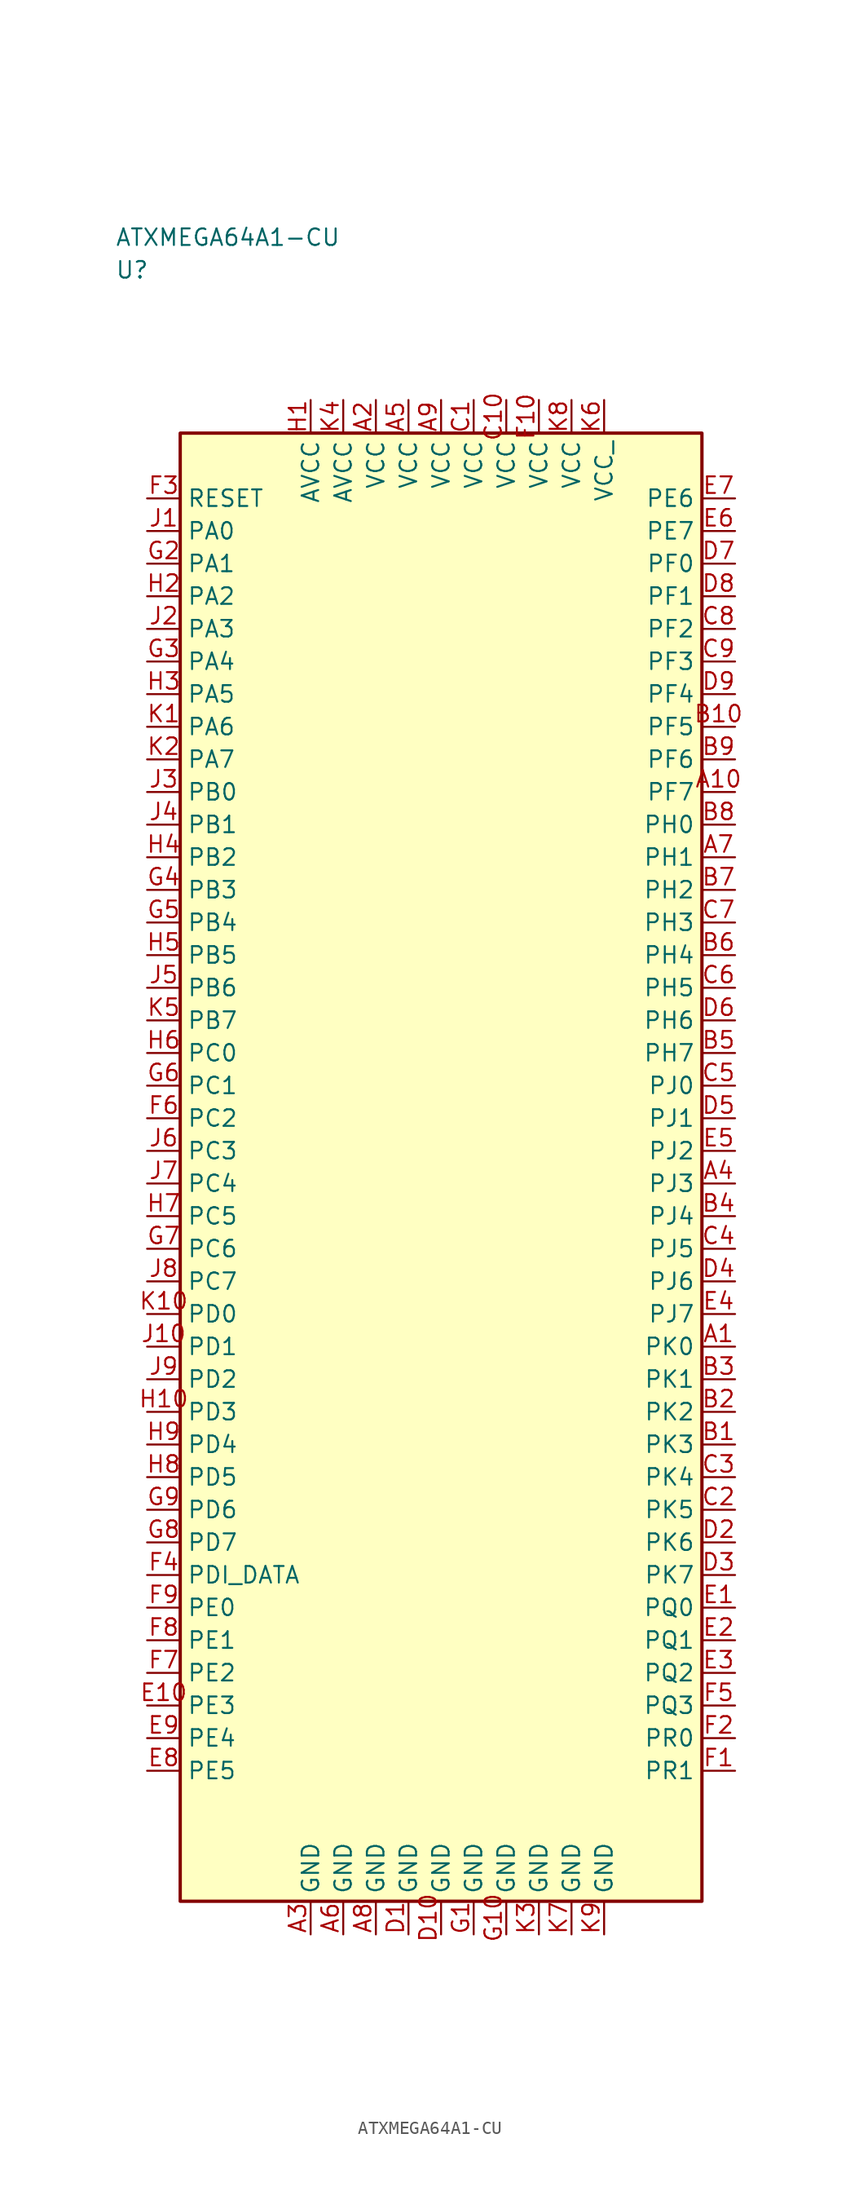
<source format=kicad_sym>
(kicad_symbol_lib
  (version 20241025)
  (generator "kicad_symbol_editor")
  (generator_version "8.0")
  (symbol "ATXMEGA64A1-CU"
    (property "Reference" "U"
      (at -25.0 68.75 0)
      (effects (font (size 1.27 1.27)) (justify left)))
    (property "Value" "ATXMEGA64A1-CU"
      (at -25.0 71.25 0)
      (effects (font (size 1.27 1.27)) (justify left)))
    (symbol "ATXMEGA64A1-CU_0_1"
      (rectangle (start -20.0 56.25) (end 20.0 -56.25) (stroke (width 0.254) (type default)) (fill (type background))))
    (symbol "ATXMEGA64A1-CU_1_1"
      (pin bidirectional line (at 22.54 -13.75 180.0) (length 2.54) (name "PK0" (effects (font (size 1.27 1.27)))) (number "A1" (effects (font (size 1.27 1.27)))))
      (pin power_in line (at -5.0 58.79 270.0) (length 2.54) (name "VCC" (effects (font (size 1.27 1.27)))) (number "A2" (effects (font (size 1.27 1.27)))))
      (pin passive line (at -10.0 -58.79 90.0) (length 2.54) (name "GND" (effects (font (size 1.27 1.27)))) (number "A3" (effects (font (size 1.27 1.27)))))
      (pin bidirectional line (at 22.54 -1.25 180.0) (length 2.54) (name "PJ3" (effects (font (size 1.27 1.27)))) (number "A4" (effects (font (size 1.27 1.27)))))
      (pin power_in line (at -2.5 58.79 270.0) (length 2.54) (name "VCC" (effects (font (size 1.27 1.27)))) (number "A5" (effects (font (size 1.27 1.27)))))
      (pin passive line (at -7.5 -58.79 90.0) (length 2.54) (name "GND" (effects (font (size 1.27 1.27)))) (number "A6" (effects (font (size 1.27 1.27)))))
      (pin bidirectional line (at 22.54 23.75 180.0) (length 2.54) (name "PH1" (effects (font (size 1.27 1.27)))) (number "A7" (effects (font (size 1.27 1.27)))))
      (pin passive line (at -5.0 -58.79 90.0) (length 2.54) (name "GND" (effects (font (size 1.27 1.27)))) (number "A8" (effects (font (size 1.27 1.27)))))
      (pin power_in line (at 0.0 58.79 270.0) (length 2.54) (name "VCC" (effects (font (size 1.27 1.27)))) (number "A9" (effects (font (size 1.27 1.27)))))
      (pin bidirectional line (at 22.54 28.75 180.0) (length 2.54) (name "PF7" (effects (font (size 1.27 1.27)))) (number "A10" (effects (font (size 1.27 1.27)))))
      (pin bidirectional line (at 22.54 -21.25 180.0) (length 2.54) (name "PK3" (effects (font (size 1.27 1.27)))) (number "B1" (effects (font (size 1.27 1.27)))))
      (pin bidirectional line (at 22.54 -18.75 180.0) (length 2.54) (name "PK2" (effects (font (size 1.27 1.27)))) (number "B2" (effects (font (size 1.27 1.27)))))
      (pin bidirectional line (at 22.54 -16.25 180.0) (length 2.54) (name "PK1" (effects (font (size 1.27 1.27)))) (number "B3" (effects (font (size 1.27 1.27)))))
      (pin bidirectional line (at 22.54 -3.75 180.0) (length 2.54) (name "PJ4" (effects (font (size 1.27 1.27)))) (number "B4" (effects (font (size 1.27 1.27)))))
      (pin bidirectional line (at 22.54 8.75 180.0) (length 2.54) (name "PH7" (effects (font (size 1.27 1.27)))) (number "B5" (effects (font (size 1.27 1.27)))))
      (pin bidirectional line (at 22.54 16.25 180.0) (length 2.54) (name "PH4" (effects (font (size 1.27 1.27)))) (number "B6" (effects (font (size 1.27 1.27)))))
      (pin bidirectional line (at 22.54 21.25 180.0) (length 2.54) (name "PH2" (effects (font (size 1.27 1.27)))) (number "B7" (effects (font (size 1.27 1.27)))))
      (pin bidirectional line (at 22.54 26.25 180.0) (length 2.54) (name "PH0" (effects (font (size 1.27 1.27)))) (number "B8" (effects (font (size 1.27 1.27)))))
      (pin bidirectional line (at 22.54 31.25 180.0) (length 2.54) (name "PF6" (effects (font (size 1.27 1.27)))) (number "B9" (effects (font (size 1.27 1.27)))))
      (pin bidirectional line (at 22.54 33.75 180.0) (length 2.54) (name "PF5" (effects (font (size 1.27 1.27)))) (number "B10" (effects (font (size 1.27 1.27)))))
      (pin power_in line (at 2.5 58.79 270.0) (length 2.54) (name "VCC" (effects (font (size 1.27 1.27)))) (number "C1" (effects (font (size 1.27 1.27)))))
      (pin bidirectional line (at 22.54 -26.25 180.0) (length 2.54) (name "PK5" (effects (font (size 1.27 1.27)))) (number "C2" (effects (font (size 1.27 1.27)))))
      (pin bidirectional line (at 22.54 -23.75 180.0) (length 2.54) (name "PK4" (effects (font (size 1.27 1.27)))) (number "C3" (effects (font (size 1.27 1.27)))))
      (pin bidirectional line (at 22.54 -6.25 180.0) (length 2.54) (name "PJ5" (effects (font (size 1.27 1.27)))) (number "C4" (effects (font (size 1.27 1.27)))))
      (pin bidirectional line (at 22.54 6.25 180.0) (length 2.54) (name "PJ0" (effects (font (size 1.27 1.27)))) (number "C5" (effects (font (size 1.27 1.27)))))
      (pin bidirectional line (at 22.54 13.75 180.0) (length 2.54) (name "PH5" (effects (font (size 1.27 1.27)))) (number "C6" (effects (font (size 1.27 1.27)))))
      (pin bidirectional line (at 22.54 18.75 180.0) (length 2.54) (name "PH3" (effects (font (size 1.27 1.27)))) (number "C7" (effects (font (size 1.27 1.27)))))
      (pin bidirectional line (at 22.54 41.25 180.0) (length 2.54) (name "PF2" (effects (font (size 1.27 1.27)))) (number "C8" (effects (font (size 1.27 1.27)))))
      (pin bidirectional line (at 22.54 38.75 180.0) (length 2.54) (name "PF3" (effects (font (size 1.27 1.27)))) (number "C9" (effects (font (size 1.27 1.27)))))
      (pin power_in line (at 5.0 58.79 270.0) (length 2.54) (name "VCC" (effects (font (size 1.27 1.27)))) (number "C10" (effects (font (size 1.27 1.27)))))
      (pin passive line (at -2.5 -58.79 90.0) (length 2.54) (name "GND" (effects (font (size 1.27 1.27)))) (number "D1" (effects (font (size 1.27 1.27)))))
      (pin bidirectional line (at 22.54 -28.75 180.0) (length 2.54) (name "PK6" (effects (font (size 1.27 1.27)))) (number "D2" (effects (font (size 1.27 1.27)))))
      (pin bidirectional line (at 22.54 -31.25 180.0) (length 2.54) (name "PK7" (effects (font (size 1.27 1.27)))) (number "D3" (effects (font (size 1.27 1.27)))))
      (pin bidirectional line (at 22.54 -8.75 180.0) (length 2.54) (name "PJ6" (effects (font (size 1.27 1.27)))) (number "D4" (effects (font (size 1.27 1.27)))))
      (pin bidirectional line (at 22.54 3.75 180.0) (length 2.54) (name "PJ1" (effects (font (size 1.27 1.27)))) (number "D5" (effects (font (size 1.27 1.27)))))
      (pin bidirectional line (at 22.54 11.25 180.0) (length 2.54) (name "PH6" (effects (font (size 1.27 1.27)))) (number "D6" (effects (font (size 1.27 1.27)))))
      (pin bidirectional line (at 22.54 46.25 180.0) (length 2.54) (name "PF0" (effects (font (size 1.27 1.27)))) (number "D7" (effects (font (size 1.27 1.27)))))
      (pin bidirectional line (at 22.54 43.75 180.0) (length 2.54) (name "PF1" (effects (font (size 1.27 1.27)))) (number "D8" (effects (font (size 1.27 1.27)))))
      (pin bidirectional line (at 22.54 36.25 180.0) (length 2.54) (name "PF4" (effects (font (size 1.27 1.27)))) (number "D9" (effects (font (size 1.27 1.27)))))
      (pin passive line (at 0.0 -58.79 90.0) (length 2.54) (name "GND" (effects (font (size 1.27 1.27)))) (number "D10" (effects (font (size 1.27 1.27)))))
      (pin bidirectional line (at 22.54 -33.75 180.0) (length 2.54) (name "PQ0" (effects (font (size 1.27 1.27)))) (number "E1" (effects (font (size 1.27 1.27)))))
      (pin bidirectional line (at 22.54 -36.25 180.0) (length 2.54) (name "PQ1" (effects (font (size 1.27 1.27)))) (number "E2" (effects (font (size 1.27 1.27)))))
      (pin bidirectional line (at 22.54 -38.75 180.0) (length 2.54) (name "PQ2" (effects (font (size 1.27 1.27)))) (number "E3" (effects (font (size 1.27 1.27)))))
      (pin bidirectional line (at 22.54 -11.25 180.0) (length 2.54) (name "PJ7" (effects (font (size 1.27 1.27)))) (number "E4" (effects (font (size 1.27 1.27)))))
      (pin bidirectional line (at 22.54 1.25 180.0) (length 2.54) (name "PJ2" (effects (font (size 1.27 1.27)))) (number "E5" (effects (font (size 1.27 1.27)))))
      (pin bidirectional line (at 22.54 48.75 180.0) (length 2.54) (name "PE7" (effects (font (size 1.27 1.27)))) (number "E6" (effects (font (size 1.27 1.27)))))
      (pin bidirectional line (at 22.54 51.25 180.0) (length 2.54) (name "PE6" (effects (font (size 1.27 1.27)))) (number "E7" (effects (font (size 1.27 1.27)))))
      (pin bidirectional line (at -22.54 -46.25 0.0) (length 2.54) (name "PE5" (effects (font (size 1.27 1.27)))) (number "E8" (effects (font (size 1.27 1.27)))))
      (pin bidirectional line (at -22.54 -43.75 0.0) (length 2.54) (name "PE4" (effects (font (size 1.27 1.27)))) (number "E9" (effects (font (size 1.27 1.27)))))
      (pin bidirectional line (at -22.54 -41.25 0.0) (length 2.54) (name "PE3" (effects (font (size 1.27 1.27)))) (number "E10" (effects (font (size 1.27 1.27)))))
      (pin bidirectional line (at 22.54 -46.25 180.0) (length 2.54) (name "PR1" (effects (font (size 1.27 1.27)))) (number "F1" (effects (font (size 1.27 1.27)))))
      (pin bidirectional line (at 22.54 -43.75 180.0) (length 2.54) (name "PR0" (effects (font (size 1.27 1.27)))) (number "F2" (effects (font (size 1.27 1.27)))))
      (pin input line (at -22.54 51.25 0.0) (length 2.54) (name "RESET" (effects (font (size 1.27 1.27)))) (number "F3" (effects (font (size 1.27 1.27)))))
      (pin bidirectional line (at -22.54 -31.25 0.0) (length 2.54) (name "PDI_DATA" (effects (font (size 1.27 1.27)))) (number "F4" (effects (font (size 1.27 1.27)))))
      (pin bidirectional line (at 22.54 -41.25 180.0) (length 2.54) (name "PQ3" (effects (font (size 1.27 1.27)))) (number "F5" (effects (font (size 1.27 1.27)))))
      (pin bidirectional line (at -22.54 3.75 0.0) (length 2.54) (name "PC2" (effects (font (size 1.27 1.27)))) (number "F6" (effects (font (size 1.27 1.27)))))
      (pin bidirectional line (at -22.54 -38.75 0.0) (length 2.54) (name "PE2" (effects (font (size 1.27 1.27)))) (number "F7" (effects (font (size 1.27 1.27)))))
      (pin bidirectional line (at -22.54 -36.25 0.0) (length 2.54) (name "PE1" (effects (font (size 1.27 1.27)))) (number "F8" (effects (font (size 1.27 1.27)))))
      (pin bidirectional line (at -22.54 -33.75 0.0) (length 2.54) (name "PE0" (effects (font (size 1.27 1.27)))) (number "F9" (effects (font (size 1.27 1.27)))))
      (pin power_in line (at 7.5 58.79 270.0) (length 2.54) (name "VCC" (effects (font (size 1.27 1.27)))) (number "F10" (effects (font (size 1.27 1.27)))))
      (pin passive line (at 2.5 -58.79 90.0) (length 2.54) (name "GND" (effects (font (size 1.27 1.27)))) (number "G1" (effects (font (size 1.27 1.27)))))
      (pin bidirectional line (at -22.54 46.25 0.0) (length 2.54) (name "PA1" (effects (font (size 1.27 1.27)))) (number "G2" (effects (font (size 1.27 1.27)))))
      (pin bidirectional line (at -22.54 38.75 0.0) (length 2.54) (name "PA4" (effects (font (size 1.27 1.27)))) (number "G3" (effects (font (size 1.27 1.27)))))
      (pin bidirectional line (at -22.54 21.25 0.0) (length 2.54) (name "PB3" (effects (font (size 1.27 1.27)))) (number "G4" (effects (font (size 1.27 1.27)))))
      (pin bidirectional line (at -22.54 18.75 0.0) (length 2.54) (name "PB4" (effects (font (size 1.27 1.27)))) (number "G5" (effects (font (size 1.27 1.27)))))
      (pin bidirectional line (at -22.54 6.25 0.0) (length 2.54) (name "PC1" (effects (font (size 1.27 1.27)))) (number "G6" (effects (font (size 1.27 1.27)))))
      (pin bidirectional line (at -22.54 -6.25 0.0) (length 2.54) (name "PC6" (effects (font (size 1.27 1.27)))) (number "G7" (effects (font (size 1.27 1.27)))))
      (pin bidirectional line (at -22.54 -28.75 0.0) (length 2.54) (name "PD7" (effects (font (size 1.27 1.27)))) (number "G8" (effects (font (size 1.27 1.27)))))
      (pin bidirectional line (at -22.54 -26.25 0.0) (length 2.54) (name "PD6" (effects (font (size 1.27 1.27)))) (number "G9" (effects (font (size 1.27 1.27)))))
      (pin passive line (at 5.0 -58.79 90.0) (length 2.54) (name "GND" (effects (font (size 1.27 1.27)))) (number "G10" (effects (font (size 1.27 1.27)))))
      (pin power_in line (at -10.0 58.79 270.0) (length 2.54) (name "AVCC" (effects (font (size 1.27 1.27)))) (number "H1" (effects (font (size 1.27 1.27)))))
      (pin bidirectional line (at -22.54 43.75 0.0) (length 2.54) (name "PA2" (effects (font (size 1.27 1.27)))) (number "H2" (effects (font (size 1.27 1.27)))))
      (pin bidirectional line (at -22.54 36.25 0.0) (length 2.54) (name "PA5" (effects (font (size 1.27 1.27)))) (number "H3" (effects (font (size 1.27 1.27)))))
      (pin bidirectional line (at -22.54 23.75 0.0) (length 2.54) (name "PB2" (effects (font (size 1.27 1.27)))) (number "H4" (effects (font (size 1.27 1.27)))))
      (pin bidirectional line (at -22.54 16.25 0.0) (length 2.54) (name "PB5" (effects (font (size 1.27 1.27)))) (number "H5" (effects (font (size 1.27 1.27)))))
      (pin bidirectional line (at -22.54 8.75 0.0) (length 2.54) (name "PC0" (effects (font (size 1.27 1.27)))) (number "H6" (effects (font (size 1.27 1.27)))))
      (pin bidirectional line (at -22.54 -3.75 0.0) (length 2.54) (name "PC5" (effects (font (size 1.27 1.27)))) (number "H7" (effects (font (size 1.27 1.27)))))
      (pin bidirectional line (at -22.54 -23.75 0.0) (length 2.54) (name "PD5" (effects (font (size 1.27 1.27)))) (number "H8" (effects (font (size 1.27 1.27)))))
      (pin bidirectional line (at -22.54 -21.25 0.0) (length 2.54) (name "PD4" (effects (font (size 1.27 1.27)))) (number "H9" (effects (font (size 1.27 1.27)))))
      (pin bidirectional line (at -22.54 -18.75 0.0) (length 2.54) (name "PD3" (effects (font (size 1.27 1.27)))) (number "H10" (effects (font (size 1.27 1.27)))))
      (pin bidirectional line (at -22.54 48.75 0.0) (length 2.54) (name "PA0" (effects (font (size 1.27 1.27)))) (number "J1" (effects (font (size 1.27 1.27)))))
      (pin bidirectional line (at -22.54 41.25 0.0) (length 2.54) (name "PA3" (effects (font (size 1.27 1.27)))) (number "J2" (effects (font (size 1.27 1.27)))))
      (pin bidirectional line (at -22.54 28.75 0.0) (length 2.54) (name "PB0" (effects (font (size 1.27 1.27)))) (number "J3" (effects (font (size 1.27 1.27)))))
      (pin bidirectional line (at -22.54 26.25 0.0) (length 2.54) (name "PB1" (effects (font (size 1.27 1.27)))) (number "J4" (effects (font (size 1.27 1.27)))))
      (pin bidirectional line (at -22.54 13.75 0.0) (length 2.54) (name "PB6" (effects (font (size 1.27 1.27)))) (number "J5" (effects (font (size 1.27 1.27)))))
      (pin bidirectional line (at -22.54 1.25 0.0) (length 2.54) (name "PC3" (effects (font (size 1.27 1.27)))) (number "J6" (effects (font (size 1.27 1.27)))))
      (pin bidirectional line (at -22.54 -1.25 0.0) (length 2.54) (name "PC4" (effects (font (size 1.27 1.27)))) (number "J7" (effects (font (size 1.27 1.27)))))
      (pin bidirectional line (at -22.54 -8.75 0.0) (length 2.54) (name "PC7" (effects (font (size 1.27 1.27)))) (number "J8" (effects (font (size 1.27 1.27)))))
      (pin bidirectional line (at -22.54 -16.25 0.0) (length 2.54) (name "PD2" (effects (font (size 1.27 1.27)))) (number "J9" (effects (font (size 1.27 1.27)))))
      (pin bidirectional line (at -22.54 -13.75 0.0) (length 2.54) (name "PD1" (effects (font (size 1.27 1.27)))) (number "J10" (effects (font (size 1.27 1.27)))))
      (pin bidirectional line (at -22.54 33.75 0.0) (length 2.54) (name "PA6" (effects (font (size 1.27 1.27)))) (number "K1" (effects (font (size 1.27 1.27)))))
      (pin bidirectional line (at -22.54 31.25 0.0) (length 2.54) (name "PA7" (effects (font (size 1.27 1.27)))) (number "K2" (effects (font (size 1.27 1.27)))))
      (pin passive line (at 7.5 -58.79 90.0) (length 2.54) (name "GND" (effects (font (size 1.27 1.27)))) (number "K3" (effects (font (size 1.27 1.27)))))
      (pin power_in line (at -7.5 58.79 270.0) (length 2.54) (name "AVCC" (effects (font (size 1.27 1.27)))) (number "K4" (effects (font (size 1.27 1.27)))))
      (pin bidirectional line (at -22.54 11.25 0.0) (length 2.54) (name "PB7" (effects (font (size 1.27 1.27)))) (number "K5" (effects (font (size 1.27 1.27)))))
      (pin power_in line (at 12.5 58.79 270.0) (length 2.54) (name "VCC " (effects (font (size 1.27 1.27)))) (number "K6" (effects (font (size 1.27 1.27)))))
      (pin passive line (at 10.0 -58.79 90.0) (length 2.54) (name "GND" (effects (font (size 1.27 1.27)))) (number "K7" (effects (font (size 1.27 1.27)))))
      (pin power_in line (at 10.0 58.79 270.0) (length 2.54) (name "VCC" (effects (font (size 1.27 1.27)))) (number "K8" (effects (font (size 1.27 1.27)))))
      (pin passive line (at 12.5 -58.79 90.0) (length 2.54) (name "GND" (effects (font (size 1.27 1.27)))) (number "K9" (effects (font (size 1.27 1.27)))))
      (pin bidirectional line (at -22.54 -11.25 0.0) (length 2.54) (name "PD0" (effects (font (size 1.27 1.27)))) (number "K10" (effects (font (size 1.27 1.27))))))))
</source>
